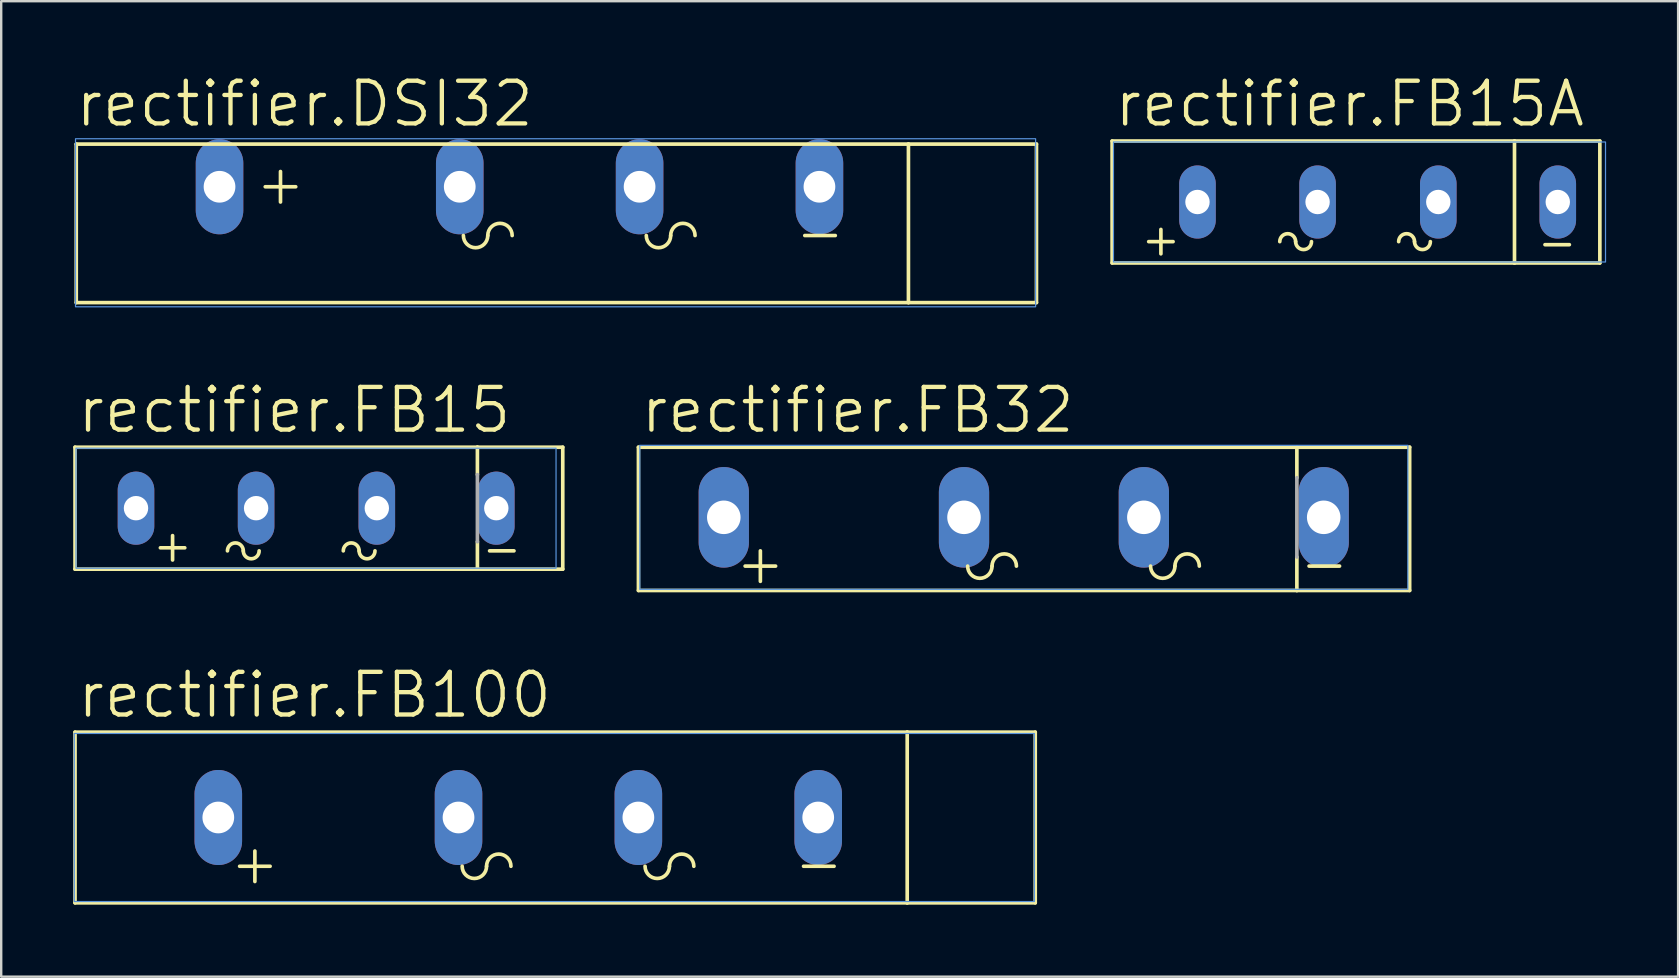
<source format=kicad_pcb>
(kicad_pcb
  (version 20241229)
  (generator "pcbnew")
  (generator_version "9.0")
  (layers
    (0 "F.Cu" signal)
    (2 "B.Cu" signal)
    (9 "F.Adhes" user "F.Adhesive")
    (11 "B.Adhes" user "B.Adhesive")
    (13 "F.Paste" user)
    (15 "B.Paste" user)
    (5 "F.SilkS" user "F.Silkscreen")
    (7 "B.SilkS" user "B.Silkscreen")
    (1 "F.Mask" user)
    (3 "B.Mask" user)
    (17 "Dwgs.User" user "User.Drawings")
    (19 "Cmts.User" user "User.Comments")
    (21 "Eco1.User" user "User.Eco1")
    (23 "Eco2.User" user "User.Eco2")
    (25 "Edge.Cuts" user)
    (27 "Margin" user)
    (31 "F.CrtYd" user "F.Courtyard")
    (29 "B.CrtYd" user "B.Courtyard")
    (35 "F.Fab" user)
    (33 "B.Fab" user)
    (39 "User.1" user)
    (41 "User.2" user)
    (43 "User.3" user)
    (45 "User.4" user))
  (footprint "rectifier.DSI32"
    (layer "F.Cu")
    (at 20.096 6.231)
    (property "Reference" "rectifier.DSI32" (at -20.096 -3.913 0) (layer "F.SilkS") (effects (font (size 1.778 1.778) (thickness 0.18)) (justify left bottom)))
    (attr through_hole)
    (fp_line (start -19.969 -3.278) (end -19.969 3.326) (stroke (width 0.152) (type default)) (layer "F.SilkS"))
    (fp_line (start -19.969 -3.278) (end 14.702 -3.278) (stroke (width 0.152) (type default)) (layer "F.SilkS"))
    (fp_line (start -19.969 3.326) (end 14.702 3.326) (stroke (width 0.152) (type default)) (layer "F.SilkS"))
    (fp_line (start -12.095 -1.5) (end -10.825 -1.5) (stroke (width 0.152) (type default)) (layer "F.SilkS"))
    (fp_line (start -11.46 -0.865) (end -11.46 -2.135) (stroke (width 0.152) (type default)) (layer "F.SilkS"))
    (fp_line (start 10.384 0.532) (end 11.654 0.532) (stroke (width 0.152) (type default)) (layer "F.SilkS"))
    (fp_line (start 14.702 -3.278) (end 20.036 -3.278) (stroke (width 0.152) (type default)) (layer "F.SilkS"))
    (fp_line (start 14.702 3.326) (end 14.702 -3.278) (stroke (width 0.152) (type default)) (layer "F.SilkS"))
    (fp_line (start 14.702 3.326) (end 20.036 3.326) (stroke (width 0.152) (type default)) (layer "F.SilkS"))
    (fp_line (start 20.036 3.326) (end 20.036 -3.278) (stroke (width 0.152) (type default)) (layer "F.SilkS"))
    (fp_arc (start -2.824 0.532) (mid -3.332 1.04) (end -3.84 0.532) (stroke (width 0.1524) (type default)) (layer "F.SilkS"))
    (fp_arc (start -2.824 0.532) (mid -2.316 0.024) (end -1.808 0.532) (stroke (width 0.1524) (type default)) (layer "F.SilkS"))
    (fp_arc (start 4.796 0.532) (mid 4.288 1.04) (end 3.78 0.532) (stroke (width 0.1524) (type default)) (layer "F.SilkS"))
    (fp_arc (start 4.796 0.532) (mid 5.304 0.024) (end 5.812 0.532) (stroke (width 0.1524) (type default)) (layer "F.SilkS"))
    (fp_rect (start -20 3.5) (end 20 -3.5) (stroke (width 0.05) (type default)) (fill no) (layer "Cmts.User"))
    (pad "+" thru_hole oval (at -14 -1.5 90) (size 3.962 1.981) (drill 1.321) (layers "*.Cu" "*.Mask"))
    (pad "-" thru_hole oval (at 10.994 -1.5 90) (size 3.962 1.981) (drill 1.321) (layers "*.Cu" "*.Mask"))
    (pad "AC1" thru_hole oval (at -3.992 -1.5 90) (size 3.962 1.981) (drill 1.321) (layers "*.Cu" "*.Mask"))
    (pad "AC2" thru_hole oval (at 3.501 -1.5 90) (size 3.962 1.981) (drill 1.321) (layers "*.Cu" "*.Mask")))
  (footprint "rectifier.FB32"
    (layer "F.Cu")
    (at 40.605 18.503)
    (property "Reference" "rectifier.FB32" (at -17.056 -3.429 0) (layer "F.SilkS") (effects (font (size 1.778 1.778) (thickness 0.18)) (justify left bottom)))
    (attr through_hole)
    (fp_line (start -17.056 -2.921) (end -17.056 3.048) (stroke (width 0.152) (type default)) (layer "F.SilkS"))
    (fp_line (start -17.056 -2.921) (end 10.376 -2.921) (stroke (width 0.152) (type default)) (layer "F.SilkS"))
    (fp_line (start -17.056 3.048) (end 10.376 3.048) (stroke (width 0.152) (type default)) (layer "F.SilkS"))
    (fp_line (start -12.611 2.032) (end -11.341 2.032) (stroke (width 0.152) (type default)) (layer "F.SilkS"))
    (fp_line (start -11.976 2.667) (end -11.976 1.397) (stroke (width 0.152) (type default)) (layer "F.SilkS"))
    (fp_line (start 10.376 -2.921) (end 10.376 -1.651) (stroke (width 0.152) (type default)) (layer "F.SilkS"))
    (fp_line (start 10.376 -2.921) (end 15.075 -2.921) (stroke (width 0.152) (type default)) (layer "F.SilkS"))
    (fp_line (start 10.376 1.651) (end 10.376 3.048) (stroke (width 0.152) (type default)) (layer "F.SilkS"))
    (fp_line (start 10.376 3.048) (end 15.075 3.048) (stroke (width 0.152) (type default)) (layer "F.SilkS"))
    (fp_line (start 10.884 2.032) (end 12.154 2.032) (stroke (width 0.152) (type default)) (layer "F.SilkS"))
    (fp_line (start 15.075 3.048) (end 15.075 -2.921) (stroke (width 0.152) (type default)) (layer "F.SilkS"))
    (fp_arc (start -2.324 2.032) (mid -2.832 2.54) (end -3.34 2.032) (stroke (width 0.1524) (type default)) (layer "F.SilkS"))
    (fp_arc (start -2.324 2.032) (mid -1.816 1.524) (end -1.308 2.032) (stroke (width 0.1524) (type default)) (layer "F.SilkS"))
    (fp_arc (start 5.296 2.032) (mid 4.788 2.54) (end 4.28 2.032) (stroke (width 0.1524) (type default)) (layer "F.SilkS"))
    (fp_arc (start 5.296 2.032) (mid 5.804 1.524) (end 6.312 2.032) (stroke (width 0.1524) (type default)) (layer "F.SilkS"))
    (fp_rect (start -17 3) (end 15 -3) (stroke (width 0.05) (type default)) (fill no) (layer "Cmts.User"))
    (fp_line (start 10.376 1.651) (end 10.376 -1.651) (stroke (width 0.152) (type default)) (layer "F.Fab"))
    (pad "+" thru_hole oval (at -13.5 0 90) (size 4.191 2.095) (drill 1.397) (layers "*.Cu" "*.Mask"))
    (pad "-" thru_hole oval (at 11.494 0 90) (size 4.191 2.095) (drill 1.397) (layers "*.Cu" "*.Mask"))
    (pad "AC1" thru_hole oval (at -3.492 0 90) (size 4.191 2.095) (drill 1.397) (layers "*.Cu" "*.Mask"))
    (pad "AC2" thru_hole oval (at 4.001 0 90) (size 4.191 2.095) (drill 1.397) (layers "*.Cu" "*.Mask")))
  (footprint "rectifier.FB15"
    (layer "F.Cu")
    (at 10.116 18.122)
    (property "Reference" "rectifier.FB15" (at -10.04 -3.048 0) (layer "F.SilkS") (effects (font (size 1.778 1.778) (thickness 0.18)) (justify left bottom)))
    (attr through_hole)
    (fp_line (start -10.04 -2.54) (end 6.724 -2.54) (stroke (width 0.152) (type default)) (layer "F.SilkS"))
    (fp_line (start -10.04 2.54) (end -10.04 -2.54) (stroke (width 0.152) (type default)) (layer "F.SilkS"))
    (fp_line (start -6.484 1.651) (end -5.468 1.651) (stroke (width 0.152) (type default)) (layer "F.SilkS"))
    (fp_line (start -5.976 2.159) (end -5.976 1.143) (stroke (width 0.152) (type default)) (layer "F.SilkS"))
    (fp_line (start 6.724 -2.54) (end 6.724 -1.397) (stroke (width 0.152) (type default)) (layer "F.SilkS"))
    (fp_line (start 6.724 -2.54) (end 10.28 -2.54) (stroke (width 0.152) (type default)) (layer "F.SilkS"))
    (fp_line (start 6.724 1.397) (end 6.724 2.54) (stroke (width 0.152) (type default)) (layer "F.SilkS"))
    (fp_line (start 6.724 2.54) (end -10.04 2.54) (stroke (width 0.152) (type default)) (layer "F.SilkS"))
    (fp_line (start 7.232 1.778) (end 8.248 1.778) (stroke (width 0.152) (type default)) (layer "F.SilkS"))
    (fp_line (start 10.28 -2.54) (end 10.28 2.54) (stroke (width 0.152) (type default)) (layer "F.SilkS"))
    (fp_line (start 10.28 2.54) (end 6.724 2.54) (stroke (width 0.152) (type default)) (layer "F.SilkS"))
    (fp_arc (start -3.69 1.778) (mid -3.3598 1.4478) (end -3.0296 1.778) (stroke (width 0.1524) (type default)) (layer "F.SilkS"))
    (fp_arc (start -2.3692 1.778) (mid -2.6994 2.1082) (end -3.0296 1.778) (stroke (width 0.1524) (type default)) (layer "F.SilkS"))
    (fp_arc (start 1.136 1.778) (mid 1.4662 1.4478) (end 1.7964 1.778) (stroke (width 0.1524) (type default)) (layer "F.SilkS"))
    (fp_arc (start 2.4568 1.778) (mid 2.1266 2.1082) (end 1.7964 1.778) (stroke (width 0.1524) (type default)) (layer "F.SilkS"))
    (fp_rect (start -10 2.5) (end 10 -2.5) (stroke (width 0.05) (type default)) (fill no) (layer "Cmts.User"))
    (fp_line (start 6.724 1.397) (end 6.724 -1.397) (stroke (width 0.152) (type default)) (layer "F.Fab"))
    (pad "+" thru_hole oval (at -7.5 0 90) (size 3.048 1.524) (drill 1.016) (layers "*.Cu" "*.Mask"))
    (pad "-" thru_hole oval (at 7.511 0 90) (size 3.048 1.524) (drill 1.016) (layers "*.Cu" "*.Mask"))
    (pad "AC1" thru_hole oval (at -2.496 0 90) (size 3.048 1.524) (drill 1.016) (layers "*.Cu" "*.Mask"))
    (pad "AC2" thru_hole oval (at 2.533 0 90) (size 3.048 1.524) (drill 1.016) (layers "*.Cu" "*.Mask")))
  (footprint "rectifier.FB100"
    (layer "F.Cu")
    (at 20.045 31.009)
    (property "Reference" "rectifier.FB100" (at -19.969 -4.064 0) (layer "F.SilkS") (effects (font (size 1.778 1.778) (thickness 0.18)) (justify left bottom)))
    (attr through_hole)
    (fp_line (start -19.969 -3.556) (end -19.969 3.556) (stroke (width 0.152) (type default)) (layer "F.SilkS"))
    (fp_line (start -19.969 -3.556) (end 14.702 -3.556) (stroke (width 0.152) (type default)) (layer "F.SilkS"))
    (fp_line (start -19.969 3.556) (end 14.702 3.556) (stroke (width 0.152) (type default)) (layer "F.SilkS"))
    (fp_line (start -13.111 2.032) (end -11.841 2.032) (stroke (width 0.152) (type default)) (layer "F.SilkS"))
    (fp_line (start -12.476 2.667) (end -12.476 1.397) (stroke (width 0.152) (type default)) (layer "F.SilkS"))
    (fp_line (start 10.384 2.032) (end 11.654 2.032) (stroke (width 0.152) (type default)) (layer "F.SilkS"))
    (fp_line (start 14.702 -3.556) (end 20.036 -3.556) (stroke (width 0.152) (type default)) (layer "F.SilkS"))
    (fp_line (start 14.702 3.556) (end 14.702 -3.556) (stroke (width 0.152) (type default)) (layer "F.SilkS"))
    (fp_line (start 14.702 3.556) (end 20.036 3.556) (stroke (width 0.152) (type default)) (layer "F.SilkS"))
    (fp_line (start 20.036 3.556) (end 20.036 -3.556) (stroke (width 0.152) (type default)) (layer "F.SilkS"))
    (fp_arc (start -2.824 2.032) (mid -3.332 2.54) (end -3.84 2.032) (stroke (width 0.1524) (type default)) (layer "F.SilkS"))
    (fp_arc (start -2.824 2.032) (mid -2.316 1.524) (end -1.808 2.032) (stroke (width 0.1524) (type default)) (layer "F.SilkS"))
    (fp_arc (start 4.796 2.032) (mid 4.288 2.54) (end 3.78 2.032) (stroke (width 0.1524) (type default)) (layer "F.SilkS"))
    (fp_arc (start 4.796 2.032) (mid 5.304 1.524) (end 5.812 2.032) (stroke (width 0.1524) (type default)) (layer "F.SilkS"))
    (fp_rect (start -20 3.5) (end 20 -3.5) (stroke (width 0.05) (type default)) (fill no) (layer "Cmts.User"))
    (pad "+" thru_hole oval (at -14 0 90) (size 3.962 1.981) (drill 1.321) (layers "*.Cu" "*.Mask"))
    (pad "-" thru_hole oval (at 10.994 0 90) (size 3.962 1.981) (drill 1.321) (layers "*.Cu" "*.Mask"))
    (pad "AC1" thru_hole oval (at -3.992 0 90) (size 3.962 1.981) (drill 1.321) (layers "*.Cu" "*.Mask"))
    (pad "AC2" thru_hole oval (at 3.501 0 90) (size 3.962 1.981) (drill 1.321) (layers "*.Cu" "*.Mask")))
  (footprint "rectifier.FB15A"
    (layer "F.Cu")
    (at 54.34 5.366)
    (property "Reference" "rectifier.FB15A" (at -11.056 -3.048 0) (layer "F.SilkS") (effects (font (size 1.778 1.778) (thickness 0.18)) (justify left bottom)))
    (attr through_hole)
    (fp_line (start -11.056 -2.54) (end 5.708 -2.54) (stroke (width 0.152) (type default)) (layer "F.SilkS"))
    (fp_line (start -11.056 2.54) (end -11.056 -2.54) (stroke (width 0.152) (type default)) (layer "F.SilkS"))
    (fp_line (start -9.532 1.651) (end -8.516 1.651) (stroke (width 0.152) (type default)) (layer "F.SilkS"))
    (fp_line (start -9.024 2.159) (end -9.024 1.143) (stroke (width 0.152) (type default)) (layer "F.SilkS"))
    (fp_line (start 5.708 -2.54) (end 5.708 2.54) (stroke (width 0.152) (type default)) (layer "F.SilkS"))
    (fp_line (start 5.708 -2.54) (end 9.264 -2.54) (stroke (width 0.152) (type default)) (layer "F.SilkS"))
    (fp_line (start 5.708 2.54) (end -11.056 2.54) (stroke (width 0.152) (type default)) (layer "F.SilkS"))
    (fp_line (start 6.978 1.778) (end 7.994 1.778) (stroke (width 0.152) (type default)) (layer "F.SilkS"))
    (fp_line (start 9.264 -2.54) (end 9.264 2.54) (stroke (width 0.152) (type default)) (layer "F.SilkS"))
    (fp_line (start 9.264 2.54) (end 5.708 2.54) (stroke (width 0.152) (type default)) (layer "F.SilkS"))
    (fp_arc (start -4.071 1.651) (mid -3.7408 1.3208) (end -3.4106 1.651) (stroke (width 0.1524) (type default)) (layer "F.SilkS"))
    (fp_arc (start -2.7502 1.651) (mid -3.0804 1.9812) (end -3.4106 1.651) (stroke (width 0.1524) (type default)) (layer "F.SilkS"))
    (fp_arc (start 0.882 1.651) (mid 1.2122 1.3208) (end 1.5424 1.651) (stroke (width 0.1524) (type default)) (layer "F.SilkS"))
    (fp_arc (start 2.2028 1.651) (mid 1.8726 1.9812) (end 1.5424 1.651) (stroke (width 0.1524) (type default)) (layer "F.SilkS"))
    (fp_rect (start -11 2.5) (end 9.5 -2.5) (stroke (width 0.05) (type default)) (fill no) (layer "Cmts.User"))
    (pad "+" thru_hole oval (at -7.5 0 90) (size 3.048 1.524) (drill 1.016) (layers "*.Cu" "*.Mask"))
    (pad "-" thru_hole oval (at 7.511 0 90) (size 3.048 1.524) (drill 1.016) (layers "*.Cu" "*.Mask"))
    (pad "AC1" thru_hole oval (at -2.496 0 90) (size 3.048 1.524) (drill 1.016) (layers "*.Cu" "*.Mask"))
    (pad "AC2" thru_hole oval (at 2.533 0 90) (size 3.048 1.524) (drill 1.016) (layers "*.Cu" "*.Mask")))
  (gr_rect
    (start -3 -3)
    (end 66.865 37.641)
    (stroke (width 0.1) (type default))
    (fill no)
    (layer "Edge.Cuts")))
</source>
